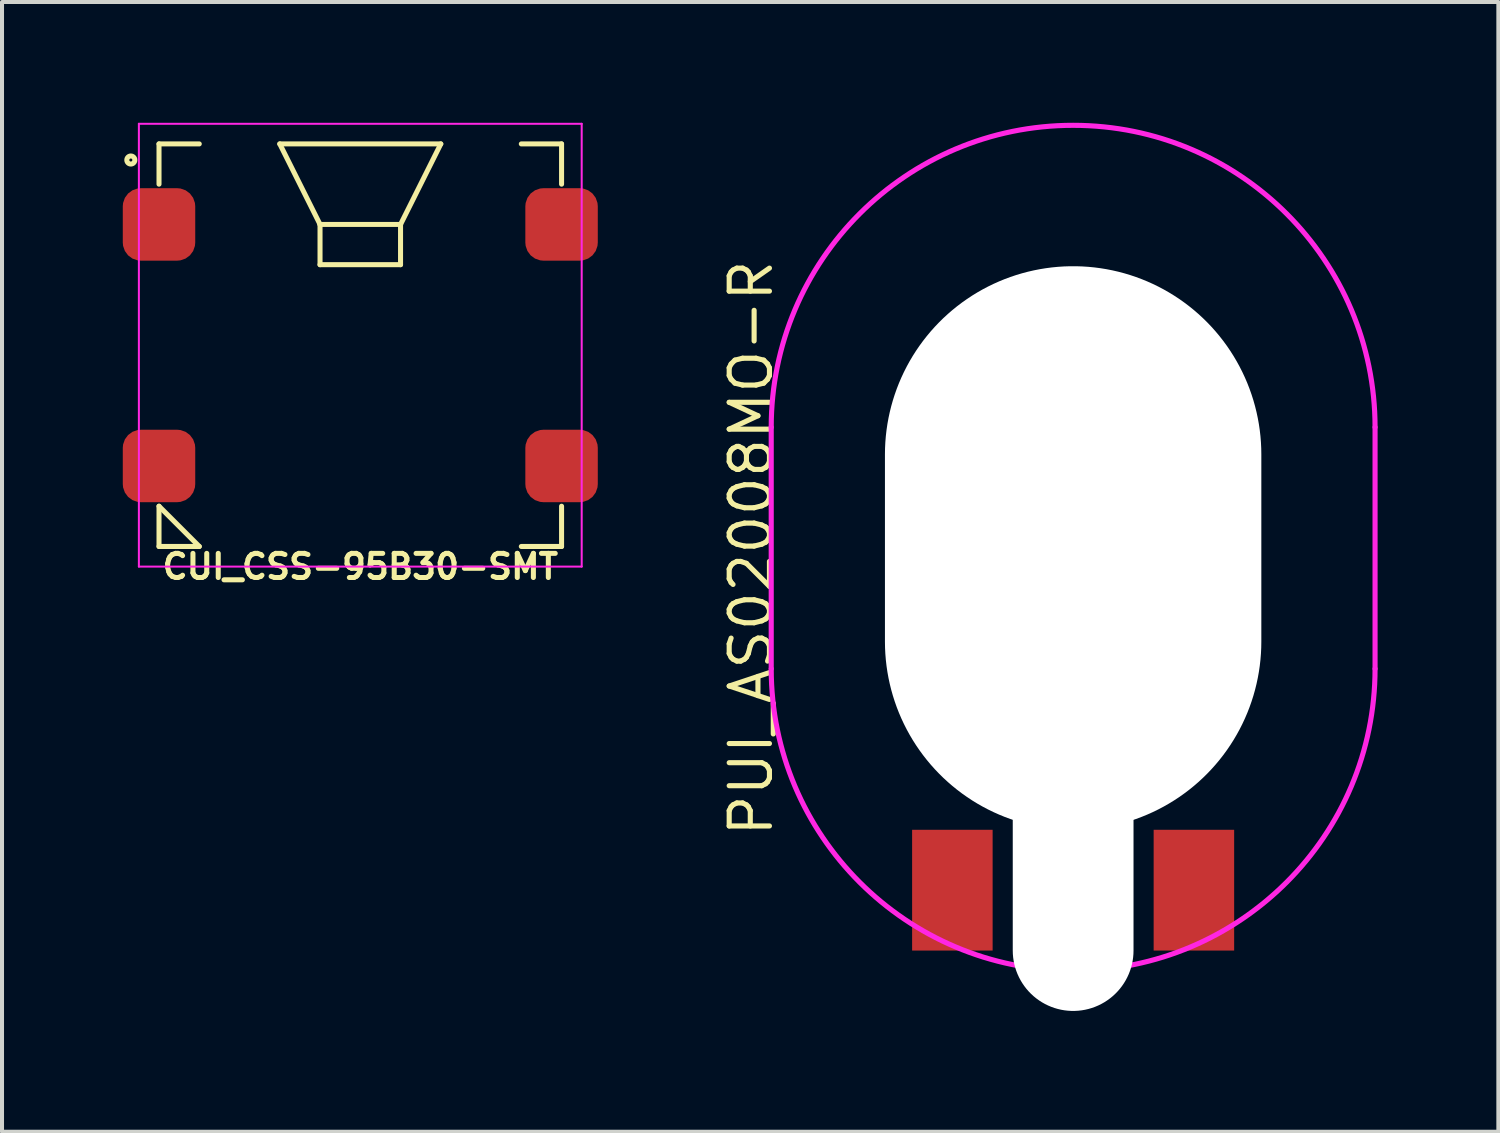
<source format=kicad_pcb>
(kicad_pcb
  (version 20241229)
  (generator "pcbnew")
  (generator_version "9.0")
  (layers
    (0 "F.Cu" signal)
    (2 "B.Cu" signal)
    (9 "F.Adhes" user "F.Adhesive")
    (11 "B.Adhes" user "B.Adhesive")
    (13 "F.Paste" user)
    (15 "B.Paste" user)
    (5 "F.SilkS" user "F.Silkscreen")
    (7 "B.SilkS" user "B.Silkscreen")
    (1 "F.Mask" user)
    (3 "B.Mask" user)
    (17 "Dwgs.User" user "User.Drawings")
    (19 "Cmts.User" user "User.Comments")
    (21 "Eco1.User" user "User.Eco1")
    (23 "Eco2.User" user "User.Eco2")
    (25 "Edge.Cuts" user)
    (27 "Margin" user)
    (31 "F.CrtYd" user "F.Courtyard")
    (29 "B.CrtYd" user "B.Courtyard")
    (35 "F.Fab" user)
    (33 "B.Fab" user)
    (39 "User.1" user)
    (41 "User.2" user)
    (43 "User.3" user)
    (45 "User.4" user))
  (footprint "CUI_CSS-95B30-SMT"
    (layer "F.Cu")
    (at 5.9 5.525)
    (property "Reference" "CUI_CSS-95B30-SMT" (at 0 5.5 180) (layer "F.SilkS") (effects (font (size 0.6 0.6) (thickness 0.125))))
    (attr smd)
    (fp_line (start -5 -5) (end -5 -4) (stroke (width 0.125) (type solid)) (layer "F.SilkS"))
    (fp_line (start -5 -5) (end -4 -5) (stroke (width 0.125) (type solid)) (layer "F.SilkS"))
    (fp_line (start -5 4) (end -4 5) (stroke (width 0.125) (type solid)) (layer "F.SilkS"))
    (fp_line (start -5 5) (end -5 4) (stroke (width 0.125) (type solid)) (layer "F.SilkS"))
    (fp_line (start -4 5) (end -5 5) (stroke (width 0.125) (type solid)) (layer "F.SilkS"))
    (fp_line (start -2 -5) (end 2 -5) (stroke (width 0.125) (type solid)) (layer "F.SilkS"))
    (fp_line (start -1 -3) (end -2 -5) (stroke (width 0.125) (type solid)) (layer "F.SilkS"))
    (fp_line (start -1 -3) (end 1 -3) (stroke (width 0.125) (type solid)) (layer "F.SilkS"))
    (fp_line (start -1 -2) (end -1 -3) (stroke (width 0.125) (type solid)) (layer "F.SilkS"))
    (fp_line (start 1 -3) (end 1 -2) (stroke (width 0.125) (type solid)) (layer "F.SilkS"))
    (fp_line (start 1 -2) (end -1 -2) (stroke (width 0.125) (type solid)) (layer "F.SilkS"))
    (fp_line (start 2 -5) (end 1 -3) (stroke (width 0.125) (type solid)) (layer "F.SilkS"))
    (fp_line (start 4 -5) (end 5 -5) (stroke (width 0.125) (type solid)) (layer "F.SilkS"))
    (fp_line (start 5 -5) (end 5 -4) (stroke (width 0.125) (type solid)) (layer "F.SilkS"))
    (fp_line (start 5 5) (end 4 5) (stroke (width 0.125) (type solid)) (layer "F.SilkS"))
    (fp_line (start 5 5) (end 5 4) (stroke (width 0.125) (type solid)) (layer "F.SilkS"))
    (fp_circle (center -5.7 -4.6) (end -5.6 -4.6) (stroke (width 0.125) (type solid)) (fill no) (layer "F.SilkS"))
    (fp_line (start -5.5 -5.5) (end 5.5 -5.5) (stroke (width 0.05) (type solid)) (layer "F.CrtYd"))
    (fp_line (start -5.5 5.5) (end -5.5 -5.5) (stroke (width 0.05) (type solid)) (layer "F.CrtYd"))
    (fp_line (start 5.5 -5.5) (end 5.5 5.5) (stroke (width 0.05) (type solid)) (layer "F.CrtYd"))
    (fp_line (start 5.5 5.5) (end -5.5 5.5) (stroke (width 0.05) (type solid)) (layer "F.CrtYd"))
    (pad "1" smd roundrect (at -5 -3) (size 1.8 1.8) (layers "F.Cu" "F.Mask" "F.Paste") (roundrect_rratio 0.25))
    (pad "2" smd roundrect (at 5 -3) (size 1.8 1.8) (layers "F.Cu" "F.Mask" "F.Paste") (roundrect_rratio 0.25))
    (pad "3" smd roundrect (at 5 3) (size 1.8 1.8) (layers "F.Cu" "F.Mask" "F.Paste") (roundrect_rratio 0.25))
    (pad "4" smd roundrect (at -5 3) (size 1.8 1.8) (layers "F.Cu" "F.Mask" "F.Paste") (roundrect_rratio 0.25)))
  (footprint "PUI_AS02008MO-R"
    (layer "F.Cu")
    (at 23.608 10.563)
    (property "Reference" "PUI_AS02008MO-R" (at -8 0 90) (layer "F.SilkS") (effects (font (size 1 1) (thickness 0.127))))
    (attr smd)
    (fp_line (start -7.5 -3) (end -7.5 3) (stroke (width 0.127) (type solid)) (layer "F.CrtYd"))
    (fp_line (start 7.5 -3) (end 7.5 3) (stroke (width 0.127) (type solid)) (layer "F.CrtYd"))
    (fp_arc (start -7.5 -3) (mid 0 -10.5) (end 7.5 -3) (stroke (width 0.127) (type solid)) (layer "F.CrtYd"))
    (fp_arc (start 7.5 3) (mid 0 10.5) (end -7.5 3) (stroke (width 0.127) (type solid)) (layer "F.CrtYd"))
    (pad "" np_thru_hole oval (at 0 0) (size 9.35 14) (drill oval 9.35 14) (layers "*.Cu" "*.Mask"))
    (pad "" np_thru_hole oval (at 0 7.5) (size 3 8) (drill oval 3 8) (layers "*.Cu" "*.Mask"))
    (pad "1" smd rect (at -3 8.5) (size 2 3) (layers "F.Cu" "F.Mask" "F.Paste"))
    (pad "2" smd rect (at 3 8.5) (size 2 3) (layers "F.Cu" "F.Mask" "F.Paste")))
  (gr_rect
    (start -3 -3)
    (end 34.171 25.064)
    (stroke (width 0.1) (type default))
    (fill no)
    (layer "Edge.Cuts")))
</source>
